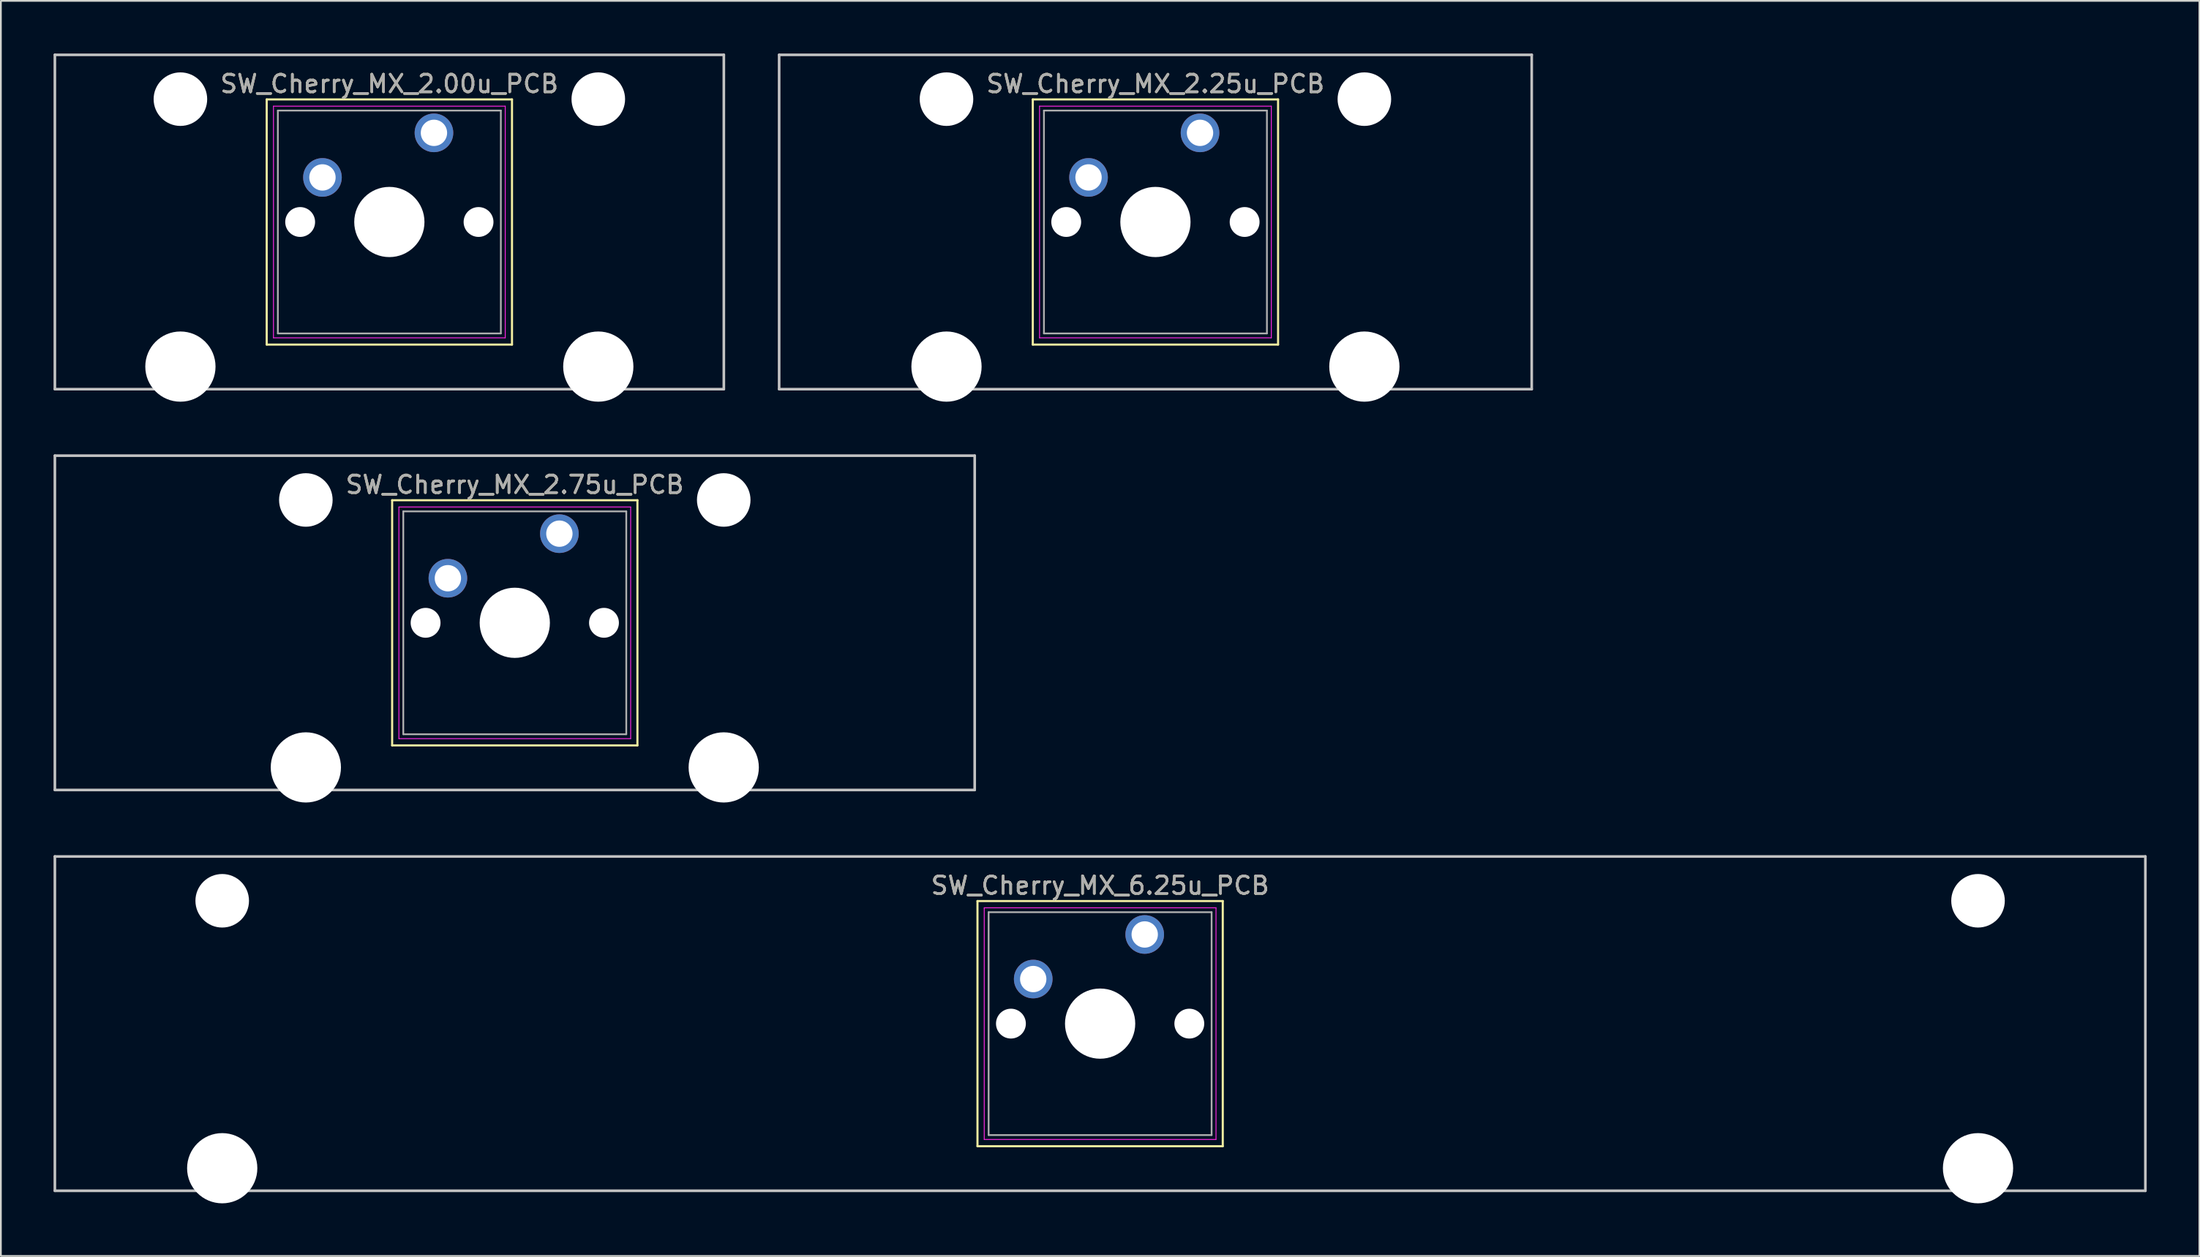
<source format=kicad_pcb>
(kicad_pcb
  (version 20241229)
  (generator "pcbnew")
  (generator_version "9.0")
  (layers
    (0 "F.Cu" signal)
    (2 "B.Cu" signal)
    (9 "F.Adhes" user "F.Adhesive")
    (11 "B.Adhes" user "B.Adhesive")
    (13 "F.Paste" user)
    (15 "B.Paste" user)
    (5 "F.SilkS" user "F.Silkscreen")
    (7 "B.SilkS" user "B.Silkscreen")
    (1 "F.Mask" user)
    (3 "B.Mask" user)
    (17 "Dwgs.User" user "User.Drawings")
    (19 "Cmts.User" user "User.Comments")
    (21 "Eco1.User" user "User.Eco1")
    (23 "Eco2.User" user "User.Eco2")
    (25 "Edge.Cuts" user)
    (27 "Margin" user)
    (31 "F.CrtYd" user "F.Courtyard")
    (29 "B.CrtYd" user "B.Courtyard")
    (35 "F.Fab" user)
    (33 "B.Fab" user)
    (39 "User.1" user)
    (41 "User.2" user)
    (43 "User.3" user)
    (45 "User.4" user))
  (footprint "SW_Cherry_MX_6.25u_PCB"
    (layer "F.Cu")
    (at 62.146 50.2)
    (property "Reference" "SW_Cherry_MX_6.25u_PCB" (at -2.54 -2.794 0) (layer "F.SilkS") (effects (font (size 1 1) (thickness 0.15))))
    (attr through_hole)
    (fp_line (start -9.525 -1.905) (end 4.445 -1.905) (stroke (width 0.12) (type solid)) (layer "F.SilkS"))
    (fp_line (start -9.525 12.065) (end -9.525 -1.905) (stroke (width 0.12) (type solid)) (layer "F.SilkS"))
    (fp_line (start 4.445 -1.905) (end 4.445 12.065) (stroke (width 0.12) (type solid)) (layer "F.SilkS"))
    (fp_line (start 4.445 12.065) (end -9.525 12.065) (stroke (width 0.12) (type solid)) (layer "F.SilkS"))
    (fp_line (start -62.071 -4.445) (end 56.991 -4.445) (stroke (width 0.15) (type solid)) (layer "Dwgs.User"))
    (fp_line (start -62.071 14.605) (end -62.071 -4.445) (stroke (width 0.15) (type solid)) (layer "Dwgs.User"))
    (fp_line (start 56.991 -4.445) (end 56.991 14.605) (stroke (width 0.15) (type solid)) (layer "Dwgs.User"))
    (fp_line (start 56.991 14.605) (end -62.071 14.605) (stroke (width 0.15) (type solid)) (layer "Dwgs.User"))
    (fp_line (start -9.14 -1.52) (end 4.06 -1.52) (stroke (width 0.05) (type solid)) (layer "F.CrtYd"))
    (fp_line (start -9.14 11.68) (end -9.14 -1.52) (stroke (width 0.05) (type solid)) (layer "F.CrtYd"))
    (fp_line (start 4.06 -1.52) (end 4.06 11.68) (stroke (width 0.05) (type solid)) (layer "F.CrtYd"))
    (fp_line (start 4.06 11.68) (end -9.14 11.68) (stroke (width 0.05) (type solid)) (layer "F.CrtYd"))
    (fp_line (start -8.89 -1.27) (end 3.81 -1.27) (stroke (width 0.1) (type solid)) (layer "F.Fab"))
    (fp_line (start -8.89 11.43) (end -8.89 -1.27) (stroke (width 0.1) (type solid)) (layer "F.Fab"))
    (fp_line (start 3.81 -1.27) (end 3.81 11.43) (stroke (width 0.1) (type solid)) (layer "F.Fab"))
    (fp_line (start 3.81 11.43) (end -8.89 11.43) (stroke (width 0.1) (type solid)) (layer "F.Fab"))
    (fp_text user "${REFERENCE}" (at -2.54 -2.794 0) (layer "F.Fab") (effects (font (size 1 1) (thickness 0.15))))
    (pad "" np_thru_hole circle (at -52.54 -1.92) (size 3.05 3.05) (drill 3.05) (layers "*.Cu" "*.Mask"))
    (pad "" np_thru_hole circle (at -52.54 13.32) (size 4 4) (drill 4) (layers "*.Cu" "*.Mask"))
    (pad "" np_thru_hole circle (at -7.62 5.08) (size 1.7 1.7) (drill 1.7) (layers "*.Cu" "*.Mask"))
    (pad "" np_thru_hole circle (at -2.54 5.08) (size 4 4) (drill 4) (layers "*.Cu" "*.Mask"))
    (pad "" np_thru_hole circle (at 2.54 5.08) (size 1.7 1.7) (drill 1.7) (layers "*.Cu" "*.Mask"))
    (pad "" np_thru_hole circle (at 47.46 -1.92) (size 3.05 3.05) (drill 3.05) (layers "*.Cu" "*.Mask"))
    (pad "" np_thru_hole circle (at 47.46 13.32) (size 4 4) (drill 4) (layers "*.Cu" "*.Mask"))
    (pad "1" thru_hole circle (at 0 0) (size 2.2 2.2) (drill 1.5) (layers "*.Cu" "*.Mask"))
    (pad "2" thru_hole circle (at -6.35 2.54) (size 2.2 2.2) (drill 1.5) (layers "*.Cu" "*.Mask")))
  (footprint "SW_Cherry_MX_2.75u_PCB"
    (layer "F.Cu")
    (at 28.809 27.36)
    (property "Reference" "SW_Cherry_MX_2.75u_PCB" (at -2.54 -2.794 0) (layer "F.SilkS") (effects (font (size 1 1) (thickness 0.15))))
    (attr through_hole)
    (fp_line (start -9.525 -1.905) (end 4.445 -1.905) (stroke (width 0.12) (type solid)) (layer "F.SilkS"))
    (fp_line (start -9.525 12.065) (end -9.525 -1.905) (stroke (width 0.12) (type solid)) (layer "F.SilkS"))
    (fp_line (start 4.445 -1.905) (end 4.445 12.065) (stroke (width 0.12) (type solid)) (layer "F.SilkS"))
    (fp_line (start 4.445 12.065) (end -9.525 12.065) (stroke (width 0.12) (type solid)) (layer "F.SilkS"))
    (fp_line (start -28.734 -4.445) (end 23.654 -4.445) (stroke (width 0.15) (type solid)) (layer "Dwgs.User"))
    (fp_line (start -28.734 14.605) (end -28.734 -4.445) (stroke (width 0.15) (type solid)) (layer "Dwgs.User"))
    (fp_line (start 23.654 -4.445) (end 23.654 14.605) (stroke (width 0.15) (type solid)) (layer "Dwgs.User"))
    (fp_line (start 23.654 14.605) (end -28.734 14.605) (stroke (width 0.15) (type solid)) (layer "Dwgs.User"))
    (fp_line (start -9.14 -1.52) (end 4.06 -1.52) (stroke (width 0.05) (type solid)) (layer "F.CrtYd"))
    (fp_line (start -9.14 11.68) (end -9.14 -1.52) (stroke (width 0.05) (type solid)) (layer "F.CrtYd"))
    (fp_line (start 4.06 -1.52) (end 4.06 11.68) (stroke (width 0.05) (type solid)) (layer "F.CrtYd"))
    (fp_line (start 4.06 11.68) (end -9.14 11.68) (stroke (width 0.05) (type solid)) (layer "F.CrtYd"))
    (fp_line (start -8.89 -1.27) (end 3.81 -1.27) (stroke (width 0.1) (type solid)) (layer "F.Fab"))
    (fp_line (start -8.89 11.43) (end -8.89 -1.27) (stroke (width 0.1) (type solid)) (layer "F.Fab"))
    (fp_line (start 3.81 -1.27) (end 3.81 11.43) (stroke (width 0.1) (type solid)) (layer "F.Fab"))
    (fp_line (start 3.81 11.43) (end -8.89 11.43) (stroke (width 0.1) (type solid)) (layer "F.Fab"))
    (fp_text user "${REFERENCE}" (at -2.54 -2.794 0) (layer "F.Fab") (effects (font (size 1 1) (thickness 0.15))))
    (pad "" np_thru_hole circle (at -14.44 -1.92) (size 3.05 3.05) (drill 3.05) (layers "*.Cu" "*.Mask"))
    (pad "" np_thru_hole circle (at -14.44 13.32) (size 4 4) (drill 4) (layers "*.Cu" "*.Mask"))
    (pad "" np_thru_hole circle (at -7.62 5.08) (size 1.7 1.7) (drill 1.7) (layers "*.Cu" "*.Mask"))
    (pad "" np_thru_hole circle (at -2.54 5.08) (size 4 4) (drill 4) (layers "*.Cu" "*.Mask"))
    (pad "" np_thru_hole circle (at 2.54 5.08) (size 1.7 1.7) (drill 1.7) (layers "*.Cu" "*.Mask"))
    (pad "" np_thru_hole circle (at 9.36 -1.92) (size 3.05 3.05) (drill 3.05) (layers "*.Cu" "*.Mask"))
    (pad "" np_thru_hole circle (at 9.36 13.32) (size 4 4) (drill 4) (layers "*.Cu" "*.Mask"))
    (pad "1" thru_hole circle (at 0 0) (size 2.2 2.2) (drill 1.5) (layers "*.Cu" "*.Mask"))
    (pad "2" thru_hole circle (at -6.35 2.54) (size 2.2 2.2) (drill 1.5) (layers "*.Cu" "*.Mask")))
  (footprint "SW_Cherry_MX_2.00u_PCB"
    (layer "F.Cu")
    (at 21.665 4.52)
    (property "Reference" "SW_Cherry_MX_2.00u_PCB" (at -2.54 -2.794 0) (layer "F.SilkS") (effects (font (size 1 1) (thickness 0.15))))
    (attr through_hole)
    (fp_line (start -9.525 -1.905) (end 4.445 -1.905) (stroke (width 0.12) (type solid)) (layer "F.SilkS"))
    (fp_line (start -9.525 12.065) (end -9.525 -1.905) (stroke (width 0.12) (type solid)) (layer "F.SilkS"))
    (fp_line (start 4.445 -1.905) (end 4.445 12.065) (stroke (width 0.12) (type solid)) (layer "F.SilkS"))
    (fp_line (start 4.445 12.065) (end -9.525 12.065) (stroke (width 0.12) (type solid)) (layer "F.SilkS"))
    (fp_line (start -21.59 -4.445) (end 16.51 -4.445) (stroke (width 0.15) (type solid)) (layer "Dwgs.User"))
    (fp_line (start -21.59 14.605) (end -21.59 -4.445) (stroke (width 0.15) (type solid)) (layer "Dwgs.User"))
    (fp_line (start 16.51 -4.445) (end 16.51 14.605) (stroke (width 0.15) (type solid)) (layer "Dwgs.User"))
    (fp_line (start 16.51 14.605) (end -21.59 14.605) (stroke (width 0.15) (type solid)) (layer "Dwgs.User"))
    (fp_line (start -9.14 -1.52) (end 4.06 -1.52) (stroke (width 0.05) (type solid)) (layer "F.CrtYd"))
    (fp_line (start -9.14 11.68) (end -9.14 -1.52) (stroke (width 0.05) (type solid)) (layer "F.CrtYd"))
    (fp_line (start 4.06 -1.52) (end 4.06 11.68) (stroke (width 0.05) (type solid)) (layer "F.CrtYd"))
    (fp_line (start 4.06 11.68) (end -9.14 11.68) (stroke (width 0.05) (type solid)) (layer "F.CrtYd"))
    (fp_line (start -8.89 -1.27) (end 3.81 -1.27) (stroke (width 0.1) (type solid)) (layer "F.Fab"))
    (fp_line (start -8.89 11.43) (end -8.89 -1.27) (stroke (width 0.1) (type solid)) (layer "F.Fab"))
    (fp_line (start 3.81 -1.27) (end 3.81 11.43) (stroke (width 0.1) (type solid)) (layer "F.Fab"))
    (fp_line (start 3.81 11.43) (end -8.89 11.43) (stroke (width 0.1) (type solid)) (layer "F.Fab"))
    (fp_text user "${REFERENCE}" (at -2.54 -2.794 0) (layer "F.Fab") (effects (font (size 1 1) (thickness 0.15))))
    (pad "" np_thru_hole circle (at -14.44 -1.92) (size 3.05 3.05) (drill 3.05) (layers "*.Cu" "*.Mask"))
    (pad "" np_thru_hole circle (at -14.44 13.32) (size 4 4) (drill 4) (layers "*.Cu" "*.Mask"))
    (pad "" np_thru_hole circle (at -7.62 5.08) (size 1.7 1.7) (drill 1.7) (layers "*.Cu" "*.Mask"))
    (pad "" np_thru_hole circle (at -2.54 5.08) (size 4 4) (drill 4) (layers "*.Cu" "*.Mask"))
    (pad "" np_thru_hole circle (at 2.54 5.08) (size 1.7 1.7) (drill 1.7) (layers "*.Cu" "*.Mask"))
    (pad "" np_thru_hole circle (at 9.36 -1.92) (size 3.05 3.05) (drill 3.05) (layers "*.Cu" "*.Mask"))
    (pad "" np_thru_hole circle (at 9.36 13.32) (size 4 4) (drill 4) (layers "*.Cu" "*.Mask"))
    (pad "1" thru_hole circle (at 0 0) (size 2.2 2.2) (drill 1.5) (layers "*.Cu" "*.Mask"))
    (pad "2" thru_hole circle (at -6.35 2.54) (size 2.2 2.2) (drill 1.5) (layers "*.Cu" "*.Mask")))
  (footprint "SW_Cherry_MX_2.25u_PCB"
    (layer "F.Cu")
    (at 65.296 4.52)
    (property "Reference" "SW_Cherry_MX_2.25u_PCB" (at -2.54 -2.794 0) (layer "F.SilkS") (effects (font (size 1 1) (thickness 0.15))))
    (attr through_hole)
    (fp_line (start -9.525 -1.905) (end 4.445 -1.905) (stroke (width 0.12) (type solid)) (layer "F.SilkS"))
    (fp_line (start -9.525 12.065) (end -9.525 -1.905) (stroke (width 0.12) (type solid)) (layer "F.SilkS"))
    (fp_line (start 4.445 -1.905) (end 4.445 12.065) (stroke (width 0.12) (type solid)) (layer "F.SilkS"))
    (fp_line (start 4.445 12.065) (end -9.525 12.065) (stroke (width 0.12) (type solid)) (layer "F.SilkS"))
    (fp_line (start -23.971 -4.445) (end 18.891 -4.445) (stroke (width 0.15) (type solid)) (layer "Dwgs.User"))
    (fp_line (start -23.971 14.605) (end -23.971 -4.445) (stroke (width 0.15) (type solid)) (layer "Dwgs.User"))
    (fp_line (start 18.891 -4.445) (end 18.891 14.605) (stroke (width 0.15) (type solid)) (layer "Dwgs.User"))
    (fp_line (start 18.891 14.605) (end -23.971 14.605) (stroke (width 0.15) (type solid)) (layer "Dwgs.User"))
    (fp_line (start -9.14 -1.52) (end 4.06 -1.52) (stroke (width 0.05) (type solid)) (layer "F.CrtYd"))
    (fp_line (start -9.14 11.68) (end -9.14 -1.52) (stroke (width 0.05) (type solid)) (layer "F.CrtYd"))
    (fp_line (start 4.06 -1.52) (end 4.06 11.68) (stroke (width 0.05) (type solid)) (layer "F.CrtYd"))
    (fp_line (start 4.06 11.68) (end -9.14 11.68) (stroke (width 0.05) (type solid)) (layer "F.CrtYd"))
    (fp_line (start -8.89 -1.27) (end 3.81 -1.27) (stroke (width 0.1) (type solid)) (layer "F.Fab"))
    (fp_line (start -8.89 11.43) (end -8.89 -1.27) (stroke (width 0.1) (type solid)) (layer "F.Fab"))
    (fp_line (start 3.81 -1.27) (end 3.81 11.43) (stroke (width 0.1) (type solid)) (layer "F.Fab"))
    (fp_line (start 3.81 11.43) (end -8.89 11.43) (stroke (width 0.1) (type solid)) (layer "F.Fab"))
    (fp_text user "${REFERENCE}" (at -2.54 -2.794 0) (layer "F.Fab") (effects (font (size 1 1) (thickness 0.15))))
    (pad "" np_thru_hole circle (at -14.44 -1.92) (size 3.05 3.05) (drill 3.05) (layers "*.Cu" "*.Mask"))
    (pad "" np_thru_hole circle (at -14.44 13.32) (size 4 4) (drill 4) (layers "*.Cu" "*.Mask"))
    (pad "" np_thru_hole circle (at -7.62 5.08) (size 1.7 1.7) (drill 1.7) (layers "*.Cu" "*.Mask"))
    (pad "" np_thru_hole circle (at -2.54 5.08) (size 4 4) (drill 4) (layers "*.Cu" "*.Mask"))
    (pad "" np_thru_hole circle (at 2.54 5.08) (size 1.7 1.7) (drill 1.7) (layers "*.Cu" "*.Mask"))
    (pad "" np_thru_hole circle (at 9.36 -1.92) (size 3.05 3.05) (drill 3.05) (layers "*.Cu" "*.Mask"))
    (pad "" np_thru_hole circle (at 9.36 13.32) (size 4 4) (drill 4) (layers "*.Cu" "*.Mask"))
    (pad "1" thru_hole circle (at 0 0) (size 2.2 2.2) (drill 1.5) (layers "*.Cu" "*.Mask"))
    (pad "2" thru_hole circle (at -6.35 2.54) (size 2.2 2.2) (drill 1.5) (layers "*.Cu" "*.Mask")))
  (gr_rect
    (start -3 -3)
    (end 122.213 68.52)
    (stroke (width 0.1) (type default))
    (fill no)
    (layer "Edge.Cuts")))
</source>
